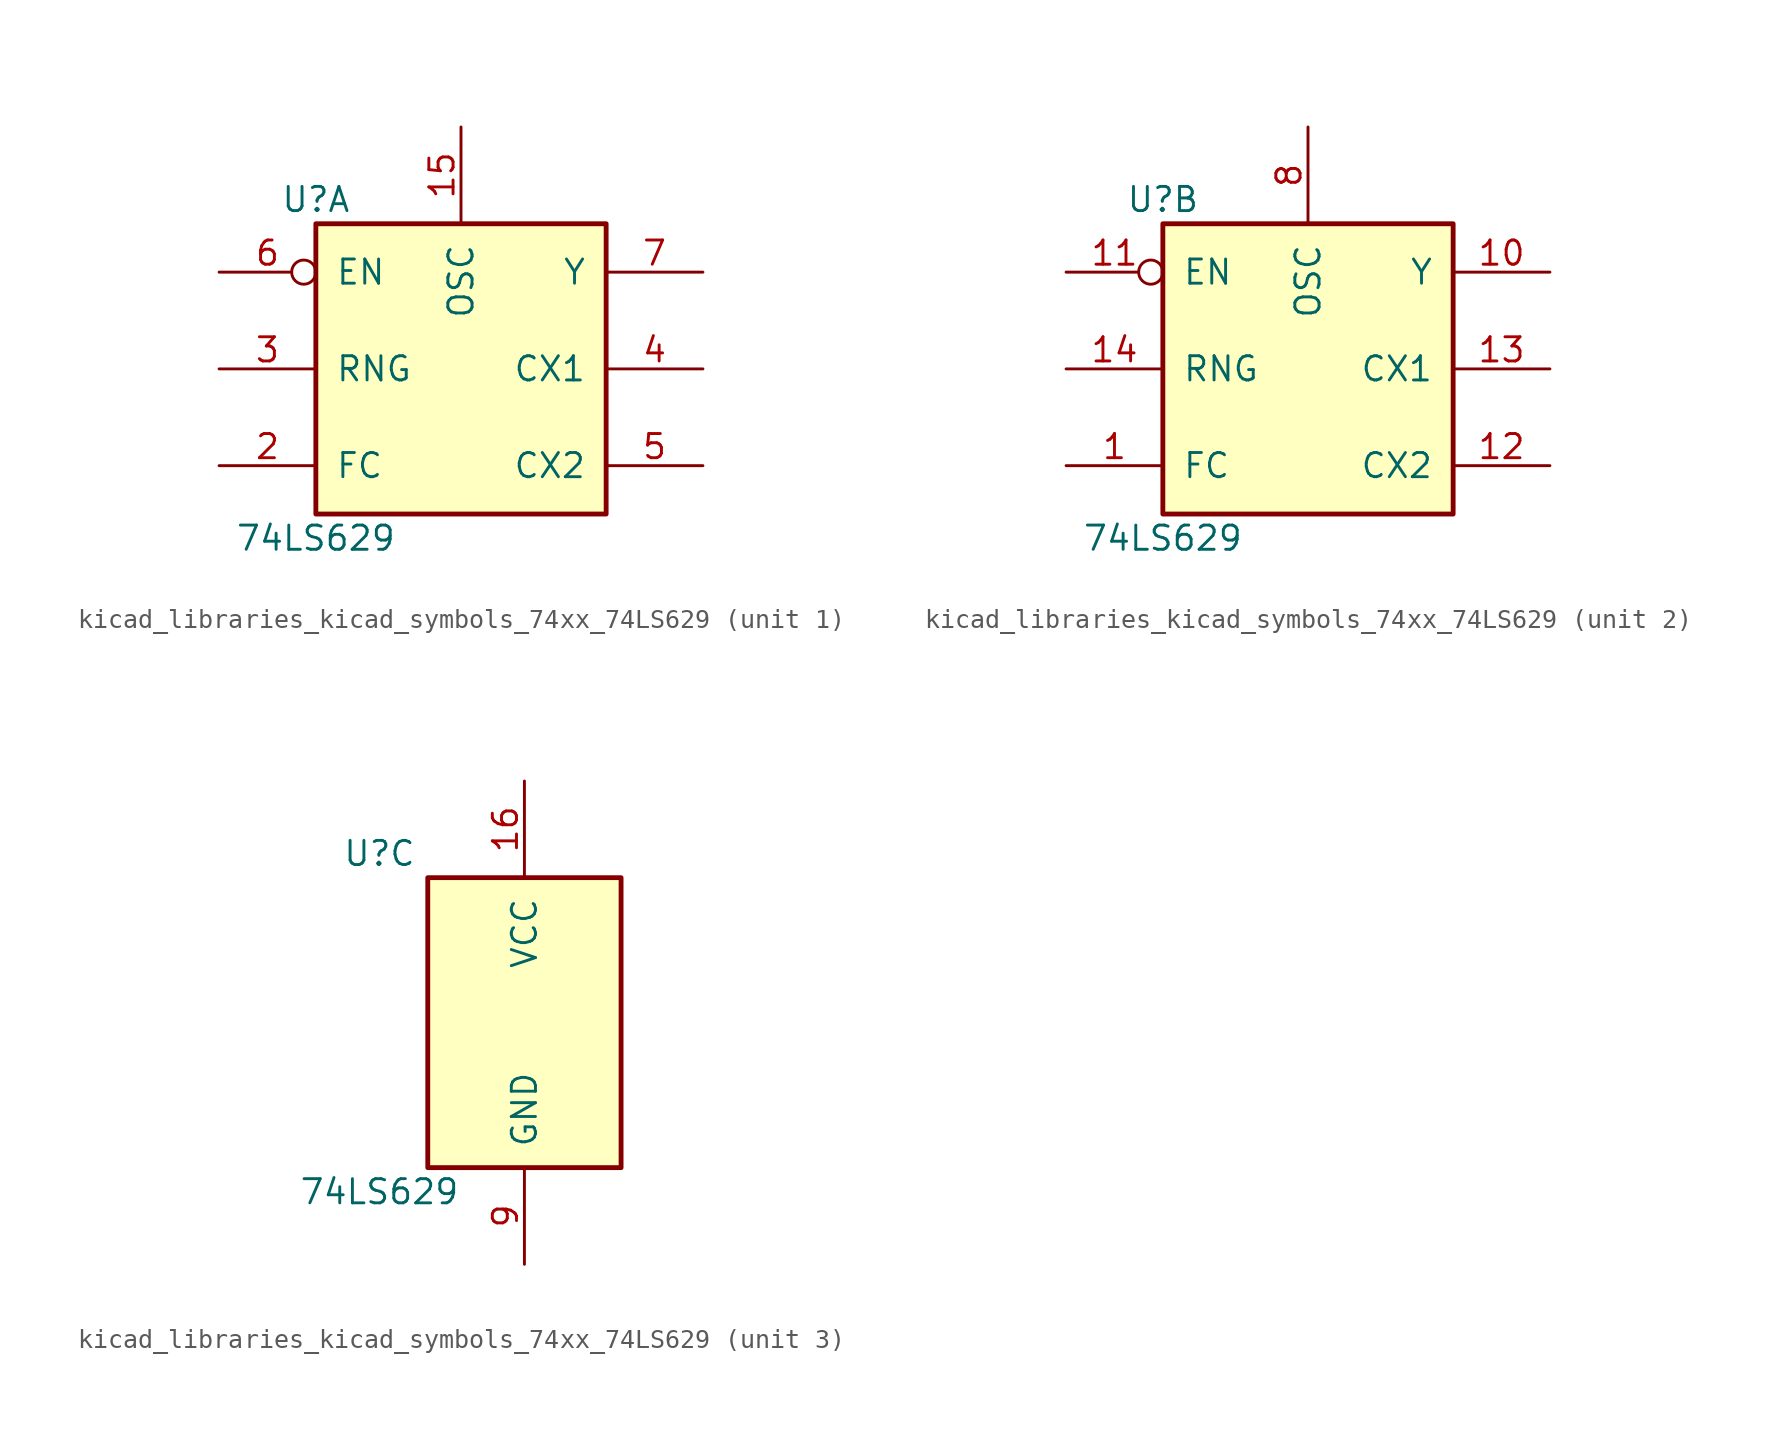
<source format=kicad_sym>
(kicad_symbol_lib
  (version 20220914)
  (generator kicad_symbol_editor)
  (symbol "kicad_libraries_kicad_symbols_74xx_74LS629"
    (pin_names
      (offset 1.016))
    (property "Reference" "U"
      (at -7.62 8.89 0)
      (effects (font (size 1.27 1.27))))
    (property "Value" "74LS629"
      (at -7.62 -8.89 0)
      (effects (font (size 1.27 1.27))))
    (property "ki_locked" ""
      (at 0 0 0)
      (effects (font (size 1.27 1.27))))
    (symbol "kicad_libraries_kicad_symbols_74xx_74LS629_1_0"
      (pin passive line (at 0 12.7 270) (length 5.08) (name "OSC" (effects (font (size 1.27 1.27)))) (number "15" (effects (font (size 1.27 1.27)))))
      (pin input line (at -12.7 -5.08 0) (length 5.08) (name "FC" (effects (font (size 1.27 1.27)))) (number "2" (effects (font (size 1.27 1.27)))))
      (pin input line (at -12.7 0 0) (length 5.08) (name "RNG" (effects (font (size 1.27 1.27)))) (number "3" (effects (font (size 1.27 1.27)))))
      (pin passive line (at 12.7 0 180) (length 5.08) (name "CX1" (effects (font (size 1.27 1.27)))) (number "4" (effects (font (size 1.27 1.27)))))
      (pin passive line (at 12.7 -5.08 180) (length 5.08) (name "CX2" (effects (font (size 1.27 1.27)))) (number "5" (effects (font (size 1.27 1.27)))))
      (pin input inverted (at -12.7 5.08 0) (length 5.08) (name "EN" (effects (font (size 1.27 1.27)))) (number "6" (effects (font (size 1.27 1.27)))))
      (pin output line (at 12.7 5.08 180) (length 5.08) (name "Y" (effects (font (size 1.27 1.27)))) (number "7" (effects (font (size 1.27 1.27))))))
    (symbol "kicad_libraries_kicad_symbols_74xx_74LS629_1_1"
      (rectangle (start -7.62 7.62) (end 7.62 -7.62) (stroke (width 0.254) (type default)) (fill (type background))))
    (symbol "kicad_libraries_kicad_symbols_74xx_74LS629_2_0"
      (pin input line (at -12.7 -5.08 0) (length 5.08) (name "FC" (effects (font (size 1.27 1.27)))) (number "1" (effects (font (size 1.27 1.27)))))
      (pin output line (at 12.7 5.08 180) (length 5.08) (name "Y" (effects (font (size 1.27 1.27)))) (number "10" (effects (font (size 1.27 1.27)))))
      (pin input inverted (at -12.7 5.08 0) (length 5.08) (name "EN" (effects (font (size 1.27 1.27)))) (number "11" (effects (font (size 1.27 1.27)))))
      (pin passive line (at 12.7 -5.08 180) (length 5.08) (name "CX2" (effects (font (size 1.27 1.27)))) (number "12" (effects (font (size 1.27 1.27)))))
      (pin passive line (at 12.7 0 180) (length 5.08) (name "CX1" (effects (font (size 1.27 1.27)))) (number "13" (effects (font (size 1.27 1.27)))))
      (pin input line (at -12.7 0 0) (length 5.08) (name "RNG" (effects (font (size 1.27 1.27)))) (number "14" (effects (font (size 1.27 1.27)))))
      (pin passive line (at 0 12.7 270) (length 5.08) (name "OSC" (effects (font (size 1.27 1.27)))) (number "8" (effects (font (size 1.27 1.27))))))
    (symbol "kicad_libraries_kicad_symbols_74xx_74LS629_2_1"
      (rectangle (start -7.62 7.62) (end 7.62 -7.62) (stroke (width 0.254) (type default)) (fill (type background))))
    (symbol "kicad_libraries_kicad_symbols_74xx_74LS629_3_0"
      (pin power_in line (at 0 12.7 270) (length 5.08) (name "VCC" (effects (font (size 1.27 1.27)))) (number "16" (effects (font (size 1.27 1.27)))))
      (pin power_in line (at 0 -12.7 90) (length 5.08) (name "GND" (effects (font (size 1.27 1.27)))) (number "9" (effects (font (size 1.27 1.27))))))
    (symbol "kicad_libraries_kicad_symbols_74xx_74LS629_3_1"
      (rectangle (start -5.08 7.62) (end 5.08 -7.62) (stroke (width 0.254) (type default)) (fill (type background))))))
</source>
